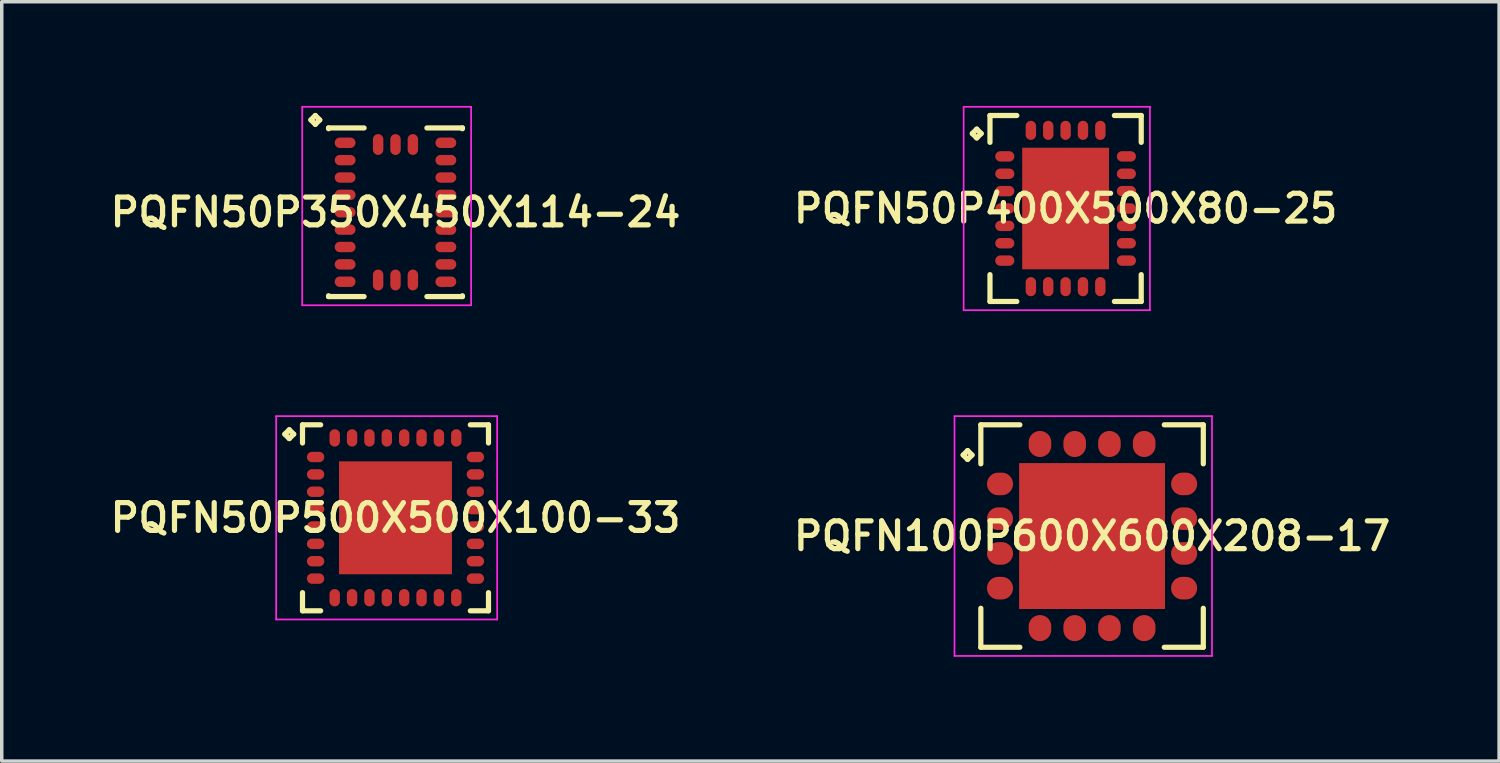
<source format=kicad_pcb>
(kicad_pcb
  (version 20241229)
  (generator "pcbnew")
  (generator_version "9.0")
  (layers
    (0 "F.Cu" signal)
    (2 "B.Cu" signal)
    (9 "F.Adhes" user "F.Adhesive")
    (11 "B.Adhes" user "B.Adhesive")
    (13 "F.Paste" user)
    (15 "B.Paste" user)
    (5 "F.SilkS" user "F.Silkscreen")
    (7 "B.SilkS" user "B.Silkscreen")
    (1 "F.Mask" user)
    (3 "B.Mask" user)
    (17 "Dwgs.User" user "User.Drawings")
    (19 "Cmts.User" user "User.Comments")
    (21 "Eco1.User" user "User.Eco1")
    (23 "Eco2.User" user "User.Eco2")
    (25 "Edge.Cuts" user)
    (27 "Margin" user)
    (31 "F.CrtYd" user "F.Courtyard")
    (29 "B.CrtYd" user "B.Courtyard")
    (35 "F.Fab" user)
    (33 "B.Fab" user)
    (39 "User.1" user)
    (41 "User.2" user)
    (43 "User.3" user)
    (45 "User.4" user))
  (footprint "PQFN50P400X500X80-25"
    (layer "F.Cu")
    (at 27.625 2.952)
    (property "Reference" "PQFN50P400X500X80-25" (at 0 0 0) (layer "F.SilkS") (effects (font (size 0.8 0.8) (thickness 0.15))))
    (attr smd)
    (fp_line (start -2.685 -2.158) (end -2.558 -2.285) (stroke (width 0.15) (type solid)) (layer "F.SilkS"))
    (fp_line (start -2.558 -2.285) (end -2.431 -2.158) (stroke (width 0.15) (type solid)) (layer "F.SilkS"))
    (fp_line (start -2.558 -2.031) (end -2.685 -2.158) (stroke (width 0.15) (type solid)) (layer "F.SilkS"))
    (fp_line (start -2.431 -2.158) (end -2.558 -2.031) (stroke (width 0.15) (type solid)) (layer "F.SilkS"))
    (fp_line (start -2.177 -2.677) (end -1.404 -2.677) (stroke (width 0.15) (type solid)) (layer "F.SilkS"))
    (fp_line (start -2.177 -1.904) (end -2.177 -2.677) (stroke (width 0.15) (type solid)) (layer "F.SilkS"))
    (fp_line (start -2.177 1.904) (end -2.177 2.677) (stroke (width 0.15) (type solid)) (layer "F.SilkS"))
    (fp_line (start -2.177 2.677) (end -1.404 2.677) (stroke (width 0.15) (type solid)) (layer "F.SilkS"))
    (fp_line (start 1.404 -2.677) (end 2.177 -2.677) (stroke (width 0.15) (type solid)) (layer "F.SilkS"))
    (fp_line (start 1.404 2.677) (end 2.177 2.677) (stroke (width 0.15) (type solid)) (layer "F.SilkS"))
    (fp_line (start 2.177 -2.677) (end 2.177 -1.904) (stroke (width 0.15) (type solid)) (layer "F.SilkS"))
    (fp_line (start 2.177 2.677) (end 2.177 1.904) (stroke (width 0.15) (type solid)) (layer "F.SilkS"))
    (fp_line (start -2.935 -2.927) (end 2.427 -2.927) (stroke (width 0.05) (type solid)) (layer "F.CrtYd"))
    (fp_line (start -2.935 2.927) (end -2.935 -2.927) (stroke (width 0.05) (type solid)) (layer "F.CrtYd"))
    (fp_line (start 2.427 -2.927) (end 2.427 2.927) (stroke (width 0.05) (type solid)) (layer "F.CrtYd"))
    (fp_line (start 2.427 2.927) (end -2.935 2.927) (stroke (width 0.05) (type solid)) (layer "F.CrtYd"))
    (pad "1" smd oval (at -1.75 -1.5) (size 0.55 0.3) (layers "F.Cu" "F.Mask" "F.Paste"))
    (pad "2" smd oval (at -1.75 -1) (size 0.55 0.3) (layers "F.Cu" "F.Mask" "F.Paste"))
    (pad "3" smd oval (at -1.75 -0.5) (size 0.55 0.3) (layers "F.Cu" "F.Mask" "F.Paste"))
    (pad "4" smd oval (at -1.75 0) (size 0.55 0.3) (layers "F.Cu" "F.Mask" "F.Paste"))
    (pad "5" smd oval (at -1.75 0.5) (size 0.55 0.3) (layers "F.Cu" "F.Mask" "F.Paste"))
    (pad "6" smd oval (at -1.75 1) (size 0.55 0.3) (layers "F.Cu" "F.Mask" "F.Paste"))
    (pad "7" smd oval (at -1.75 1.5) (size 0.55 0.3) (layers "F.Cu" "F.Mask" "F.Paste"))
    (pad "8" smd oval (at -1 2.25) (size 0.3 0.55) (layers "F.Cu" "F.Mask" "F.Paste"))
    (pad "9" smd oval (at -0.5 2.25) (size 0.3 0.55) (layers "F.Cu" "F.Mask" "F.Paste"))
    (pad "10" smd oval (at 0 2.25) (size 0.3 0.55) (layers "F.Cu" "F.Mask" "F.Paste"))
    (pad "11" smd oval (at 0.5 2.25) (size 0.3 0.55) (layers "F.Cu" "F.Mask" "F.Paste"))
    (pad "12" smd oval (at 1 2.25) (size 0.3 0.55) (layers "F.Cu" "F.Mask" "F.Paste"))
    (pad "13" smd oval (at 1.75 1.5) (size 0.55 0.3) (layers "F.Cu" "F.Mask" "F.Paste"))
    (pad "14" smd oval (at 1.75 1) (size 0.55 0.3) (layers "F.Cu" "F.Mask" "F.Paste"))
    (pad "15" smd oval (at 1.75 0.5) (size 0.55 0.3) (layers "F.Cu" "F.Mask" "F.Paste"))
    (pad "16" smd oval (at 1.75 0) (size 0.55 0.3) (layers "F.Cu" "F.Mask" "F.Paste"))
    (pad "17" smd oval (at 1.75 -0.5) (size 0.55 0.3) (layers "F.Cu" "F.Mask" "F.Paste"))
    (pad "18" smd oval (at 1.75 -1) (size 0.55 0.3) (layers "F.Cu" "F.Mask" "F.Paste"))
    (pad "19" smd oval (at 1.75 -1.5) (size 0.55 0.3) (layers "F.Cu" "F.Mask" "F.Paste"))
    (pad "20" smd oval (at 1 -2.25) (size 0.3 0.55) (layers "F.Cu" "F.Mask" "F.Paste"))
    (pad "21" smd oval (at 0.5 -2.25) (size 0.3 0.55) (layers "F.Cu" "F.Mask" "F.Paste"))
    (pad "22" smd oval (at 0 -2.25) (size 0.3 0.55) (layers "F.Cu" "F.Mask" "F.Paste"))
    (pad "23" smd oval (at -0.5 -2.25) (size 0.3 0.55) (layers "F.Cu" "F.Mask" "F.Paste"))
    (pad "24" smd oval (at -1 -2.25) (size 0.3 0.55) (layers "F.Cu" "F.Mask" "F.Paste"))
    (pad "25" smd rect (at 0 0) (size 2.5 3.5) (layers "F.Cu" "F.Mask" "F.Paste")))
  (footprint "PQFN50P500X500X100-33"
    (layer "F.Cu")
    (at 8.335 11.856)
    (property "Reference" "PQFN50P500X500X100-33" (at 0 0 0) (layer "F.SilkS") (effects (font (size 0.8 0.8) (thickness 0.15))))
    (attr smd)
    (fp_line (start -3.185 -2.408) (end -3.058 -2.535) (stroke (width 0.15) (type solid)) (layer "F.SilkS"))
    (fp_line (start -3.058 -2.535) (end -2.931 -2.408) (stroke (width 0.15) (type solid)) (layer "F.SilkS"))
    (fp_line (start -3.058 -2.281) (end -3.185 -2.408) (stroke (width 0.15) (type solid)) (layer "F.SilkS"))
    (fp_line (start -2.931 -2.408) (end -3.058 -2.281) (stroke (width 0.15) (type solid)) (layer "F.SilkS"))
    (fp_line (start -2.677 -2.677) (end -2.154 -2.677) (stroke (width 0.15) (type solid)) (layer "F.SilkS"))
    (fp_line (start -2.677 -2.154) (end -2.677 -2.677) (stroke (width 0.15) (type solid)) (layer "F.SilkS"))
    (fp_line (start -2.677 2.154) (end -2.677 2.677) (stroke (width 0.15) (type solid)) (layer "F.SilkS"))
    (fp_line (start -2.677 2.677) (end -2.154 2.677) (stroke (width 0.15) (type solid)) (layer "F.SilkS"))
    (fp_line (start 2.154 -2.677) (end 2.677 -2.677) (stroke (width 0.15) (type solid)) (layer "F.SilkS"))
    (fp_line (start 2.154 2.677) (end 2.677 2.677) (stroke (width 0.15) (type solid)) (layer "F.SilkS"))
    (fp_line (start 2.677 -2.677) (end 2.677 -2.154) (stroke (width 0.15) (type solid)) (layer "F.SilkS"))
    (fp_line (start 2.677 2.677) (end 2.677 2.154) (stroke (width 0.15) (type solid)) (layer "F.SilkS"))
    (fp_line (start -3.435 -2.927) (end 2.927 -2.927) (stroke (width 0.05) (type solid)) (layer "F.CrtYd"))
    (fp_line (start -3.435 2.927) (end -3.435 -2.927) (stroke (width 0.05) (type solid)) (layer "F.CrtYd"))
    (fp_line (start 2.927 -2.927) (end 2.927 2.927) (stroke (width 0.05) (type solid)) (layer "F.CrtYd"))
    (fp_line (start 2.927 2.927) (end -3.435 2.927) (stroke (width 0.05) (type solid)) (layer "F.CrtYd"))
    (pad "1" smd oval (at -2.3 -1.75) (size 0.5 0.3) (layers "F.Cu" "F.Mask" "F.Paste"))
    (pad "2" smd oval (at -2.3 -1.25) (size 0.5 0.3) (layers "F.Cu" "F.Mask" "F.Paste"))
    (pad "3" smd oval (at -2.3 -0.75) (size 0.5 0.3) (layers "F.Cu" "F.Mask" "F.Paste"))
    (pad "4" smd oval (at -2.3 -0.25) (size 0.5 0.3) (layers "F.Cu" "F.Mask" "F.Paste"))
    (pad "5" smd oval (at -2.3 0.25) (size 0.5 0.3) (layers "F.Cu" "F.Mask" "F.Paste"))
    (pad "6" smd oval (at -2.3 0.75) (size 0.5 0.3) (layers "F.Cu" "F.Mask" "F.Paste"))
    (pad "7" smd oval (at -2.3 1.25) (size 0.5 0.3) (layers "F.Cu" "F.Mask" "F.Paste"))
    (pad "8" smd oval (at -2.3 1.75) (size 0.5 0.3) (layers "F.Cu" "F.Mask" "F.Paste"))
    (pad "9" smd oval (at -1.75 2.3) (size 0.3 0.5) (layers "F.Cu" "F.Mask" "F.Paste"))
    (pad "10" smd oval (at -1.25 2.3) (size 0.3 0.5) (layers "F.Cu" "F.Mask" "F.Paste"))
    (pad "11" smd oval (at -0.75 2.3) (size 0.3 0.5) (layers "F.Cu" "F.Mask" "F.Paste"))
    (pad "12" smd oval (at -0.25 2.3) (size 0.3 0.5) (layers "F.Cu" "F.Mask" "F.Paste"))
    (pad "13" smd oval (at 0.25 2.3) (size 0.3 0.5) (layers "F.Cu" "F.Mask" "F.Paste"))
    (pad "14" smd oval (at 0.75 2.3) (size 0.3 0.5) (layers "F.Cu" "F.Mask" "F.Paste"))
    (pad "15" smd oval (at 1.25 2.3) (size 0.3 0.5) (layers "F.Cu" "F.Mask" "F.Paste"))
    (pad "16" smd oval (at 1.75 2.3) (size 0.3 0.5) (layers "F.Cu" "F.Mask" "F.Paste"))
    (pad "17" smd oval (at 2.3 1.75) (size 0.5 0.3) (layers "F.Cu" "F.Mask" "F.Paste"))
    (pad "18" smd oval (at 2.3 1.25) (size 0.5 0.3) (layers "F.Cu" "F.Mask" "F.Paste"))
    (pad "19" smd oval (at 2.3 0.75) (size 0.5 0.3) (layers "F.Cu" "F.Mask" "F.Paste"))
    (pad "20" smd oval (at 2.3 0.25) (size 0.5 0.3) (layers "F.Cu" "F.Mask" "F.Paste"))
    (pad "21" smd oval (at 2.3 -0.25) (size 0.5 0.3) (layers "F.Cu" "F.Mask" "F.Paste"))
    (pad "22" smd oval (at 2.3 -0.75) (size 0.5 0.3) (layers "F.Cu" "F.Mask" "F.Paste"))
    (pad "23" smd oval (at 2.3 -1.25) (size 0.5 0.3) (layers "F.Cu" "F.Mask" "F.Paste"))
    (pad "24" smd oval (at 2.3 -1.75) (size 0.5 0.3) (layers "F.Cu" "F.Mask" "F.Paste"))
    (pad "25" smd oval (at 1.75 -2.3) (size 0.3 0.5) (layers "F.Cu" "F.Mask" "F.Paste"))
    (pad "26" smd oval (at 1.25 -2.3) (size 0.3 0.5) (layers "F.Cu" "F.Mask" "F.Paste"))
    (pad "27" smd oval (at 0.75 -2.3) (size 0.3 0.5) (layers "F.Cu" "F.Mask" "F.Paste"))
    (pad "28" smd oval (at 0.25 -2.3) (size 0.3 0.5) (layers "F.Cu" "F.Mask" "F.Paste"))
    (pad "29" smd oval (at -0.25 -2.3) (size 0.3 0.5) (layers "F.Cu" "F.Mask" "F.Paste"))
    (pad "30" smd oval (at -0.75 -2.3) (size 0.3 0.5) (layers "F.Cu" "F.Mask" "F.Paste"))
    (pad "31" smd oval (at -1.25 -2.3) (size 0.3 0.5) (layers "F.Cu" "F.Mask" "F.Paste"))
    (pad "32" smd oval (at -1.75 -2.3) (size 0.3 0.5) (layers "F.Cu" "F.Mask" "F.Paste"))
    (pad "33" smd rect (at 0 0) (size 3.25 3.25) (layers "F.Cu" "F.Mask" "F.Paste")))
  (footprint "PQFN100P600X600X208-17"
    (layer "F.Cu")
    (at 28.387 12.381)
    (property "Reference" "PQFN100P600X600X208-17" (at 0 0 0) (layer "F.SilkS") (effects (font (size 0.8 0.8) (thickness 0.15))))
    (attr smd)
    (fp_line (start -3.71 -2.333) (end -3.583 -2.46) (stroke (width 0.15) (type solid)) (layer "F.SilkS"))
    (fp_line (start -3.583 -2.46) (end -3.456 -2.333) (stroke (width 0.15) (type solid)) (layer "F.SilkS"))
    (fp_line (start -3.583 -2.206) (end -3.71 -2.333) (stroke (width 0.15) (type solid)) (layer "F.SilkS"))
    (fp_line (start -3.456 -2.333) (end -3.583 -2.206) (stroke (width 0.15) (type solid)) (layer "F.SilkS"))
    (fp_line (start -3.202 -3.202) (end -2.079 -3.202) (stroke (width 0.15) (type solid)) (layer "F.SilkS"))
    (fp_line (start -3.202 -2.079) (end -3.202 -3.202) (stroke (width 0.15) (type solid)) (layer "F.SilkS"))
    (fp_line (start -3.202 2.079) (end -3.202 3.202) (stroke (width 0.15) (type solid)) (layer "F.SilkS"))
    (fp_line (start -3.202 3.202) (end -2.079 3.202) (stroke (width 0.15) (type solid)) (layer "F.SilkS"))
    (fp_line (start 2.079 -3.202) (end 3.202 -3.202) (stroke (width 0.15) (type solid)) (layer "F.SilkS"))
    (fp_line (start 2.079 3.202) (end 3.202 3.202) (stroke (width 0.15) (type solid)) (layer "F.SilkS"))
    (fp_line (start 3.202 -3.202) (end 3.202 -2.079) (stroke (width 0.15) (type solid)) (layer "F.SilkS"))
    (fp_line (start 3.202 3.202) (end 3.202 2.079) (stroke (width 0.15) (type solid)) (layer "F.SilkS"))
    (fp_line (start -3.96 -3.452) (end 3.452 -3.452) (stroke (width 0.05) (type solid)) (layer "F.CrtYd"))
    (fp_line (start -3.96 3.452) (end -3.96 -3.452) (stroke (width 0.05) (type solid)) (layer "F.CrtYd"))
    (fp_line (start 3.452 -3.452) (end 3.452 3.452) (stroke (width 0.05) (type solid)) (layer "F.CrtYd"))
    (fp_line (start 3.452 3.452) (end -3.96 3.452) (stroke (width 0.05) (type solid)) (layer "F.CrtYd"))
    (pad "1" smd oval (at -2.65 -1.5) (size 0.75 0.65) (layers "F.Cu" "F.Mask" "F.Paste"))
    (pad "2" smd oval (at -2.65 -0.5) (size 0.75 0.65) (layers "F.Cu" "F.Mask" "F.Paste"))
    (pad "3" smd oval (at -2.65 0.5) (size 0.75 0.65) (layers "F.Cu" "F.Mask" "F.Paste"))
    (pad "4" smd oval (at -2.65 1.5) (size 0.75 0.65) (layers "F.Cu" "F.Mask" "F.Paste"))
    (pad "5" smd oval (at -1.5 2.65) (size 0.65 0.75) (layers "F.Cu" "F.Mask" "F.Paste"))
    (pad "6" smd oval (at -0.5 2.65) (size 0.65 0.75) (layers "F.Cu" "F.Mask" "F.Paste"))
    (pad "7" smd oval (at 0.5 2.65) (size 0.65 0.75) (layers "F.Cu" "F.Mask" "F.Paste"))
    (pad "8" smd oval (at 1.5 2.65) (size 0.65 0.75) (layers "F.Cu" "F.Mask" "F.Paste"))
    (pad "9" smd oval (at 2.65 1.5) (size 0.75 0.65) (layers "F.Cu" "F.Mask" "F.Paste"))
    (pad "10" smd oval (at 2.65 0.5) (size 0.75 0.65) (layers "F.Cu" "F.Mask" "F.Paste"))
    (pad "11" smd oval (at 2.65 -0.5) (size 0.75 0.65) (layers "F.Cu" "F.Mask" "F.Paste"))
    (pad "12" smd oval (at 2.65 -1.5) (size 0.75 0.65) (layers "F.Cu" "F.Mask" "F.Paste"))
    (pad "13" smd oval (at 1.5 -2.65) (size 0.65 0.75) (layers "F.Cu" "F.Mask" "F.Paste"))
    (pad "14" smd oval (at 0.5 -2.65) (size 0.65 0.75) (layers "F.Cu" "F.Mask" "F.Paste"))
    (pad "15" smd oval (at -0.5 -2.65) (size 0.65 0.75) (layers "F.Cu" "F.Mask" "F.Paste"))
    (pad "16" smd oval (at -1.5 -2.65) (size 0.65 0.75) (layers "F.Cu" "F.Mask" "F.Paste"))
    (pad "17" smd rect (at 0 0) (size 4.2 4.2) (layers "F.Cu" "F.Mask" "F.Paste")))
  (footprint "PQFN50P350X450X114-24"
    (layer "F.Cu")
    (at 8.335 3.06)
    (property "Reference" "PQFN50P350X450X114-24" (at 0 0 0) (layer "F.SilkS") (effects (font (size 0.8 0.8) (thickness 0.15))))
    (attr smd)
    (fp_line (start -2.435 -2.658) (end -2.308 -2.785) (stroke (width 0.15) (type solid)) (layer "F.SilkS"))
    (fp_line (start -2.308 -2.785) (end -2.181 -2.658) (stroke (width 0.15) (type solid)) (layer "F.SilkS"))
    (fp_line (start -2.308 -2.531) (end -2.435 -2.658) (stroke (width 0.15) (type solid)) (layer "F.SilkS"))
    (fp_line (start -2.181 -2.658) (end -2.308 -2.531) (stroke (width 0.15) (type solid)) (layer "F.SilkS"))
    (fp_line (start -1.927 -2.427) (end -0.904 -2.427) (stroke (width 0.15) (type solid)) (layer "F.SilkS"))
    (fp_line (start -1.927 -2.404) (end -1.927 -2.427) (stroke (width 0.15) (type solid)) (layer "F.SilkS"))
    (fp_line (start -1.927 2.404) (end -1.927 2.427) (stroke (width 0.15) (type solid)) (layer "F.SilkS"))
    (fp_line (start -1.927 2.427) (end -0.904 2.427) (stroke (width 0.15) (type solid)) (layer "F.SilkS"))
    (fp_line (start 0.904 -2.427) (end 1.927 -2.427) (stroke (width 0.15) (type solid)) (layer "F.SilkS"))
    (fp_line (start 0.904 2.427) (end 1.927 2.427) (stroke (width 0.15) (type solid)) (layer "F.SilkS"))
    (fp_line (start 1.927 -2.427) (end 1.927 -2.404) (stroke (width 0.15) (type solid)) (layer "F.SilkS"))
    (fp_line (start 1.927 2.427) (end 1.927 2.404) (stroke (width 0.15) (type solid)) (layer "F.SilkS"))
    (fp_line (start -2.685 -3.035) (end 2.177 -3.035) (stroke (width 0.05) (type solid)) (layer "F.CrtYd"))
    (fp_line (start -2.685 2.677) (end -2.685 -3.035) (stroke (width 0.05) (type solid)) (layer "F.CrtYd"))
    (fp_line (start 2.177 -3.035) (end 2.177 2.677) (stroke (width 0.05) (type solid)) (layer "F.CrtYd"))
    (fp_line (start 2.177 2.677) (end -2.685 2.677) (stroke (width 0.05) (type solid)) (layer "F.CrtYd"))
    (pad "1" smd oval (at -1.45 -2) (size 0.6 0.3) (layers "F.Cu" "F.Mask" "F.Paste"))
    (pad "2" smd oval (at -1.45 -1.5) (size 0.6 0.3) (layers "F.Cu" "F.Mask" "F.Paste"))
    (pad "3" smd oval (at -1.45 -1) (size 0.6 0.3) (layers "F.Cu" "F.Mask" "F.Paste"))
    (pad "4" smd oval (at -1.45 -0.5) (size 0.6 0.3) (layers "F.Cu" "F.Mask" "F.Paste"))
    (pad "5" smd oval (at -1.45 0) (size 0.6 0.3) (layers "F.Cu" "F.Mask" "F.Paste"))
    (pad "6" smd oval (at -1.45 0.5) (size 0.6 0.3) (layers "F.Cu" "F.Mask" "F.Paste"))
    (pad "7" smd oval (at -1.45 1) (size 0.6 0.3) (layers "F.Cu" "F.Mask" "F.Paste"))
    (pad "8" smd oval (at -1.45 1.5) (size 0.6 0.3) (layers "F.Cu" "F.Mask" "F.Paste"))
    (pad "9" smd oval (at -1.45 2) (size 0.6 0.3) (layers "F.Cu" "F.Mask" "F.Paste"))
    (pad "10" smd oval (at -0.5 1.95) (size 0.3 0.6) (layers "F.Cu" "F.Mask" "F.Paste"))
    (pad "11" smd oval (at 0 1.95) (size 0.3 0.6) (layers "F.Cu" "F.Mask" "F.Paste"))
    (pad "12" smd oval (at 0.5 1.95) (size 0.3 0.6) (layers "F.Cu" "F.Mask" "F.Paste"))
    (pad "13" smd oval (at 1.45 2) (size 0.6 0.3) (layers "F.Cu" "F.Mask" "F.Paste"))
    (pad "14" smd oval (at 1.45 1.5) (size 0.6 0.3) (layers "F.Cu" "F.Mask" "F.Paste"))
    (pad "15" smd oval (at 1.45 1) (size 0.6 0.3) (layers "F.Cu" "F.Mask" "F.Paste"))
    (pad "16" smd oval (at 1.45 0.5) (size 0.6 0.3) (layers "F.Cu" "F.Mask" "F.Paste"))
    (pad "17" smd oval (at 1.45 0) (size 0.6 0.3) (layers "F.Cu" "F.Mask" "F.Paste"))
    (pad "18" smd oval (at 1.45 -0.5) (size 0.6 0.3) (layers "F.Cu" "F.Mask" "F.Paste"))
    (pad "19" smd oval (at 1.45 -1) (size 0.6 0.3) (layers "F.Cu" "F.Mask" "F.Paste"))
    (pad "20" smd oval (at 1.45 -1.5) (size 0.6 0.3) (layers "F.Cu" "F.Mask" "F.Paste"))
    (pad "21" smd oval (at 1.45 -2) (size 0.6 0.3) (layers "F.Cu" "F.Mask" "F.Paste"))
    (pad "22" smd oval (at 0.5 -1.95) (size 0.3 0.6) (layers "F.Cu" "F.Mask" "F.Paste"))
    (pad "23" smd oval (at 0 -1.95) (size 0.3 0.6) (layers "F.Cu" "F.Mask" "F.Paste"))
    (pad "24" smd oval (at -0.5 -1.95) (size 0.3 0.6) (layers "F.Cu" "F.Mask" "F.Paste")))
  (gr_rect
    (start -3 -3)
    (end 40.104 18.858)
    (stroke (width 0.1) (type default))
    (fill no)
    (layer "Edge.Cuts")))
</source>
